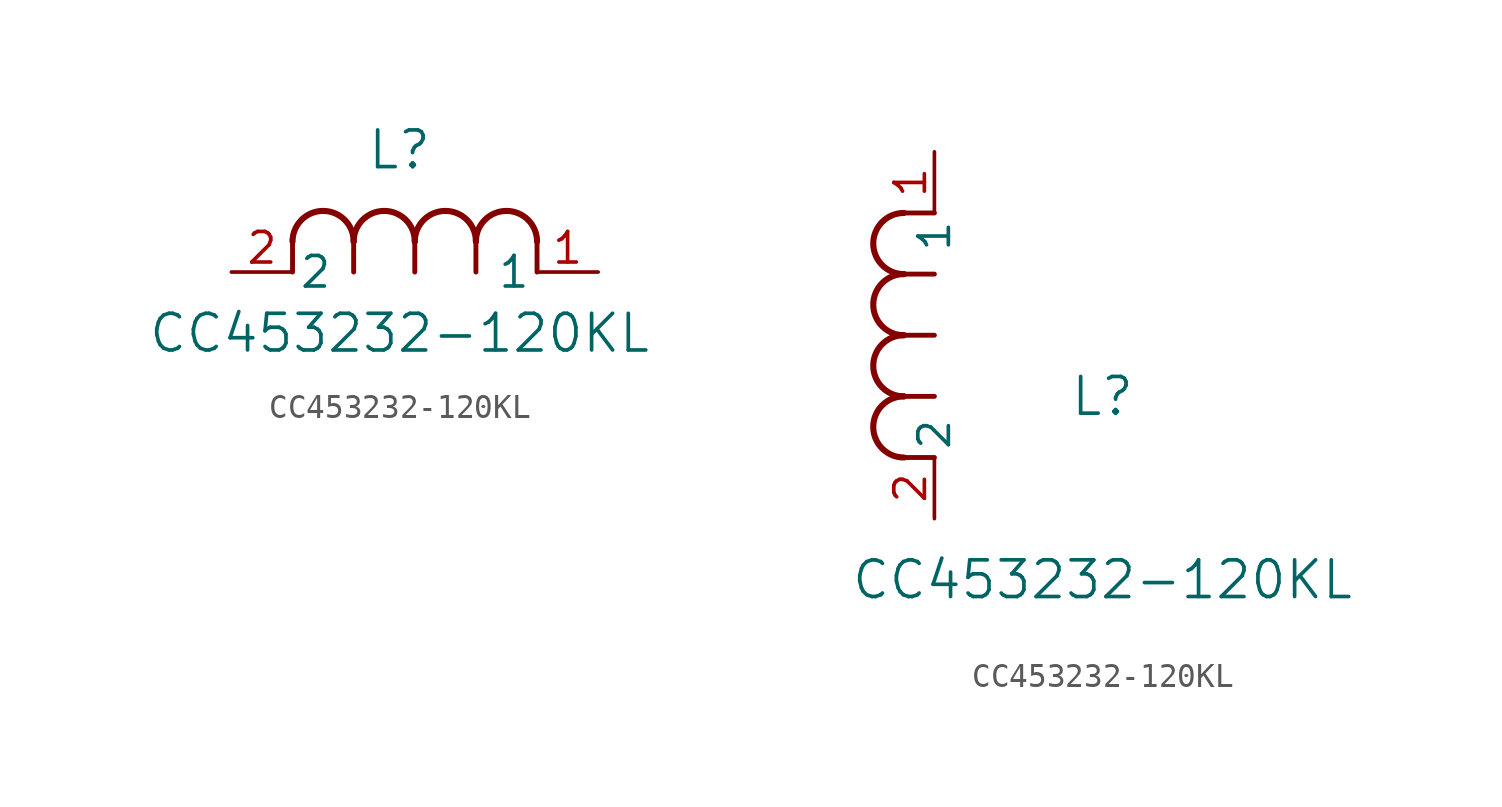
<source format=kicad_sym>
(kicad_symbol_lib
  (version 20211014)
  (generator kicad_symbol_editor)
  (symbol "CC453232-120KL"
    (pin_names
      (offset 0.254))
    (property "Reference" "L"
      (at 6.985 5.08 0)
      (effects (font (size 1.524 1.524))))
    (property "Value" "CC453232-120KL"
      (at 6.985 -2.54 0)
      (effects (font (size 1.524 1.524))))
    (symbol "CC453232-120KL_1_1"
      (arc (start 7.62 1.27) (mid 6.35 2.54) (end 5.08 1.27) (stroke (width 0.254) (type default) (color 0 0 0 0)) (fill (type none)))
      (polyline (pts (xy 5.08 0) (xy 5.08 1.27)) (stroke (width 0.203) (type default) (color 0 0 0 0)) (fill (type none)))
      (polyline (pts (xy 7.62 0) (xy 7.62 1.27)) (stroke (width 0.203) (type default) (color 0 0 0 0)) (fill (type none)))
      (polyline (pts (xy 12.7 0) (xy 12.7 1.27)) (stroke (width 0.203) (type default) (color 0 0 0 0)) (fill (type none)))
      (arc (start 5.08 1.27) (mid 3.81 2.54) (end 2.54 1.27) (stroke (width 0.254) (type default) (color 0 0 0 0)) (fill (type none)))
      (arc (start 10.16 1.27) (mid 8.89 2.54) (end 7.62 1.27) (stroke (width 0.254) (type default) (color 0 0 0 0)) (fill (type none)))
      (arc (start 12.7 1.27) (mid 11.43 2.54) (end 10.16 1.27) (stroke (width 0.254) (type default) (color 0 0 0 0)) (fill (type none)))
      (polyline (pts (xy 2.54 0) (xy 2.54 1.27)) (stroke (width 0.203) (type default) (color 0 0 0 0)) (fill (type none)))
      (polyline (pts (xy 10.16 0) (xy 10.16 1.27)) (stroke (width 0.203) (type default) (color 0 0 0 0)) (fill (type none)))
      (pin unspecified line (at 0 0 0) (length 2.54) (name "2" (effects (font (size 1.27 1.27)))) (number "2" (effects (font (size 1.27 1.27)))))
      (pin unspecified line (at 15.24 0 180) (length 2.54) (name "1" (effects (font (size 1.27 1.27)))) (number "1" (effects (font (size 1.27 1.27))))))
    (symbol "CC453232-120KL_1_2"
      (arc (start -1.27 7.62) (mid -2.54 6.35) (end -1.27 5.08) (stroke (width 0.254) (type default) (color 0 0 0 0)) (fill (type none)))
      (arc (start -1.27 5.08) (mid -2.54 3.81) (end -1.27 2.54) (stroke (width 0.254) (type default) (color 0 0 0 0)) (fill (type none)))
      (arc (start -1.27 12.7) (mid -2.54 11.43) (end -1.27 10.16) (stroke (width 0.254) (type default) (color 0 0 0 0)) (fill (type none)))
      (arc (start -1.27 10.16) (mid -2.54 8.89) (end -1.27 7.62) (stroke (width 0.254) (type default) (color 0 0 0 0)) (fill (type none)))
      (polyline (pts (xy 0 7.62) (xy -1.27 7.62)) (stroke (width 0.203) (type default) (color 0 0 0 0)) (fill (type none)))
      (polyline (pts (xy 0 5.08) (xy -1.27 5.08)) (stroke (width 0.203) (type default) (color 0 0 0 0)) (fill (type none)))
      (polyline (pts (xy 0 12.7) (xy -1.27 12.7)) (stroke (width 0.203) (type default) (color 0 0 0 0)) (fill (type none)))
      (polyline (pts (xy 0 2.54) (xy -1.27 2.54)) (stroke (width 0.203) (type default) (color 0 0 0 0)) (fill (type none)))
      (polyline (pts (xy 0 10.16) (xy -1.27 10.16)) (stroke (width 0.203) (type default) (color 0 0 0 0)) (fill (type none)))
      (pin unspecified line (at 0 0 90) (length 2.54) (name "2" (effects (font (size 1.27 1.27)))) (number "2" (effects (font (size 1.27 1.27)))))
      (pin unspecified line (at 0 15.24 270) (length 2.54) (name "1" (effects (font (size 1.27 1.27)))) (number "1" (effects (font (size 1.27 1.27))))))))
</source>
